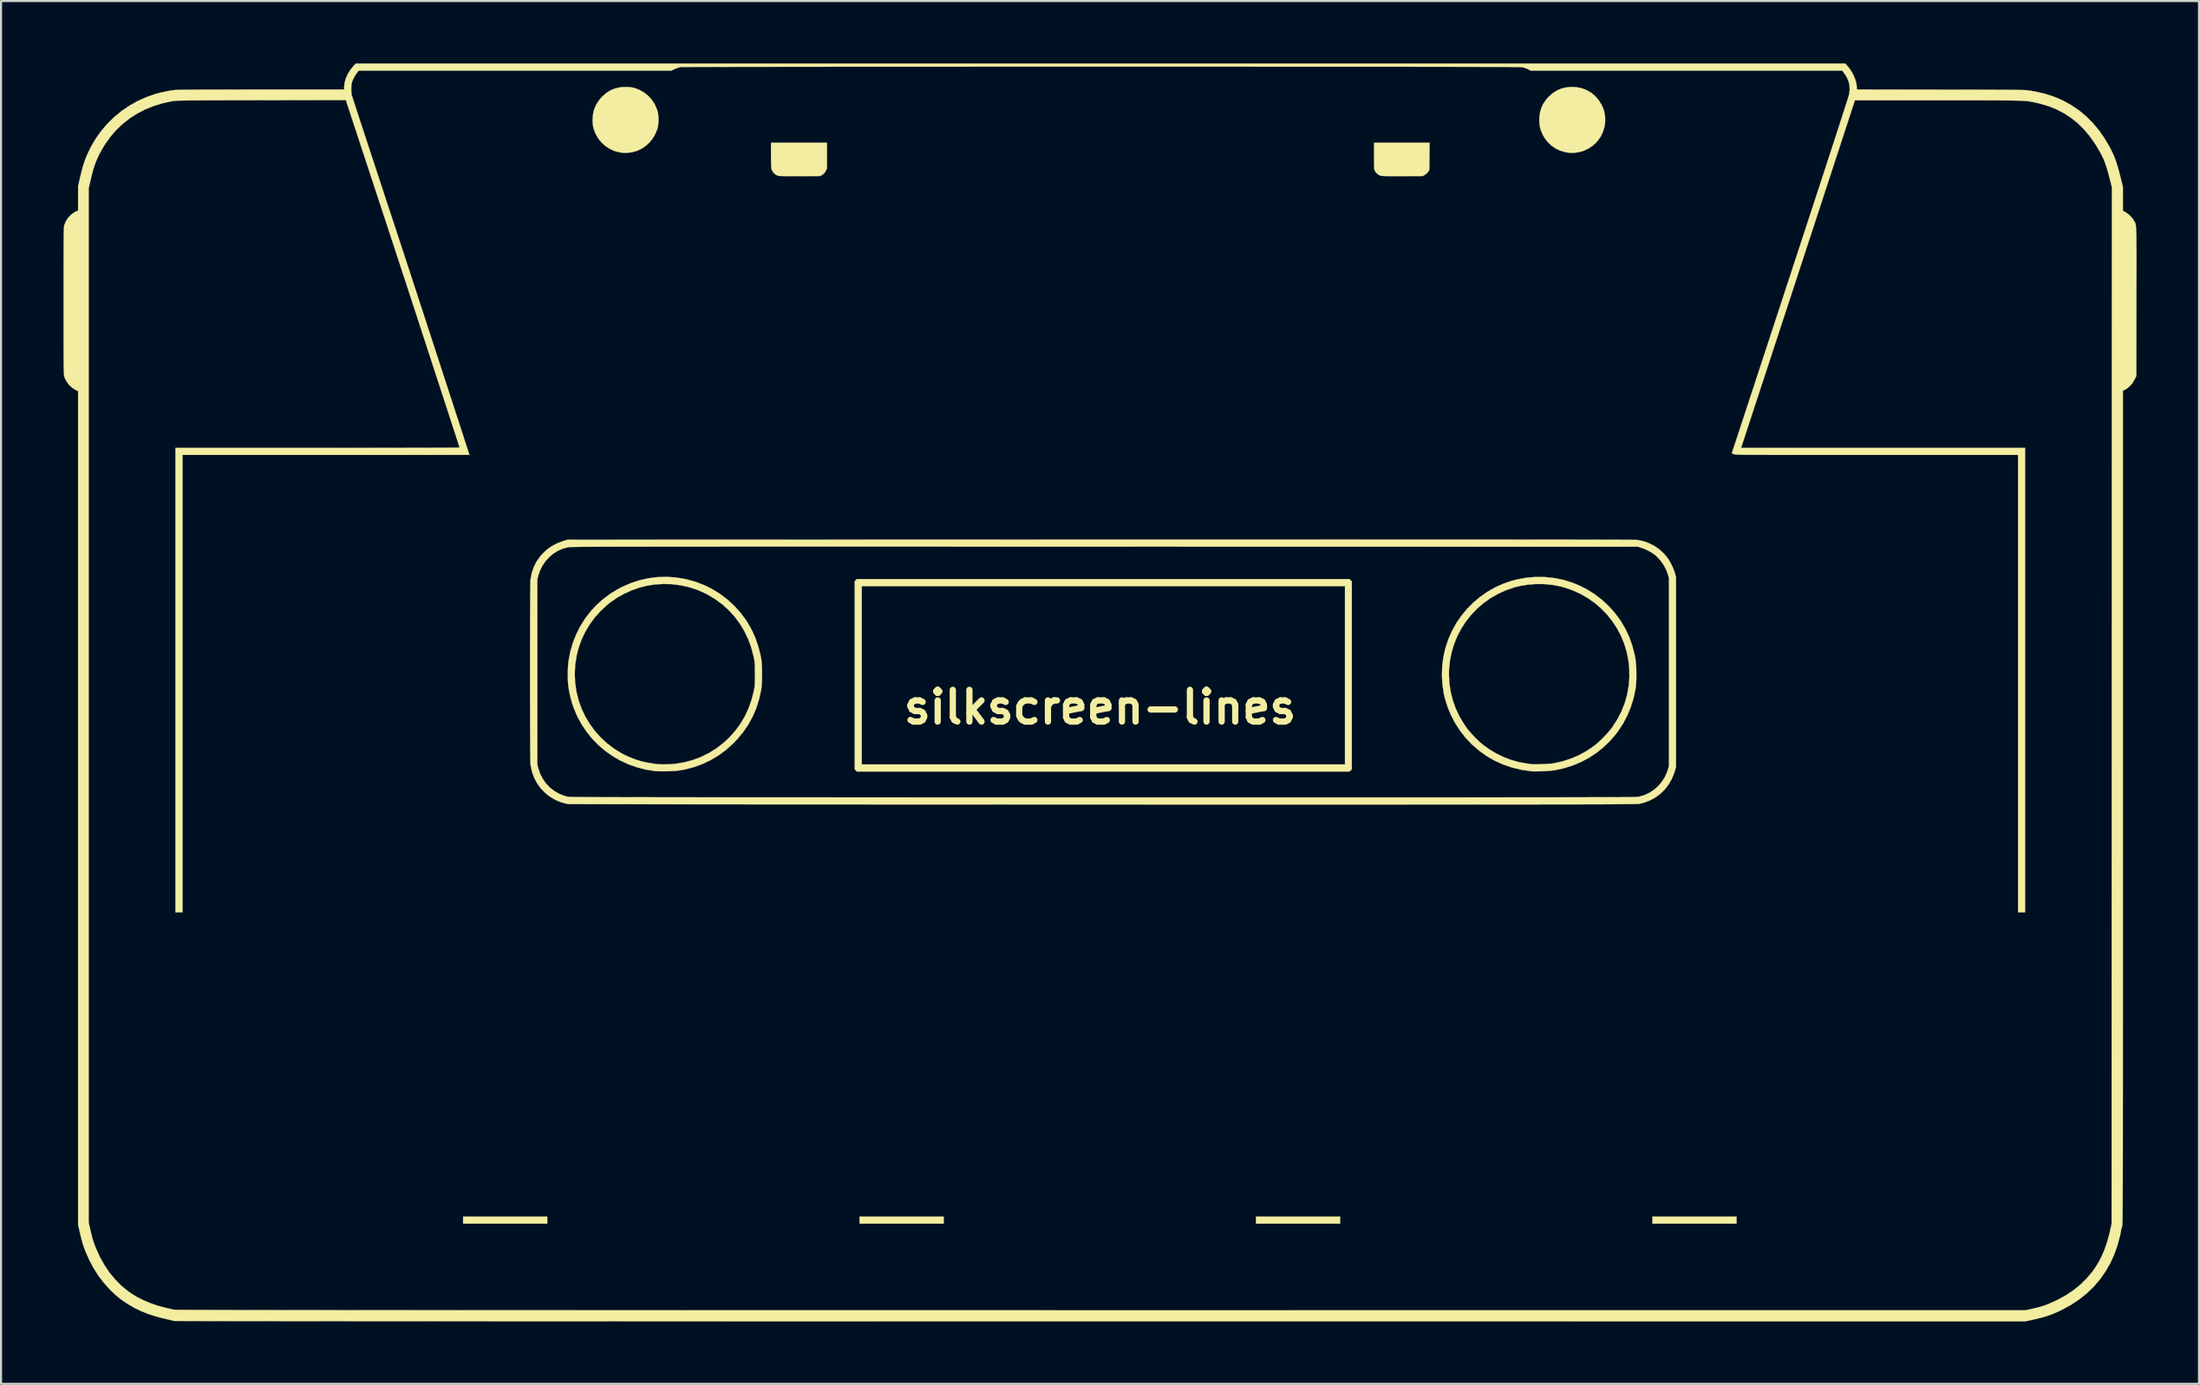
<source format=kicad_pcb>
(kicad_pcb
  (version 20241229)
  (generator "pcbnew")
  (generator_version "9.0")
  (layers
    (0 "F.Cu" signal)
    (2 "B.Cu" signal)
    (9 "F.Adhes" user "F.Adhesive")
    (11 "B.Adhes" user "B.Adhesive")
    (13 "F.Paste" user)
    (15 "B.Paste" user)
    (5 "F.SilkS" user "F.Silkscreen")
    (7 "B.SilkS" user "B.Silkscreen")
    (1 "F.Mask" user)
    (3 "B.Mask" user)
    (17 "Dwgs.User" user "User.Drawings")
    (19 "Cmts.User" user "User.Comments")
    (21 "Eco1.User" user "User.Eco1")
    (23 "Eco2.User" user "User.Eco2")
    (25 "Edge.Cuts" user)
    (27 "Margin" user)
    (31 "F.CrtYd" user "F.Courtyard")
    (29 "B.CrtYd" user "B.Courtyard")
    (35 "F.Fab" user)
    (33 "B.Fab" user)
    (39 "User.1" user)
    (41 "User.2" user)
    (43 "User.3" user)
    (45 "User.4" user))
  (footprint "silkscreen-lines"
    (layer "F.Cu")
    (at 49.81 30.951)
    (property "Reference" "silkscreen-lines" (at 0 0 0) (layer "F.SilkS") (effects (font (size 1.524 1.524) (thickness 0.3))))
    (attr through_hole)
    (fp_poly (pts (xy -26.564 24.828) (xy -30.607 24.828) (xy -30.607 24.49) (xy -26.564 24.49) (xy -26.564 24.828)) (stroke (width 0.01) (type solid)) (fill yes) (layer "F.SilkS"))
    (fp_poly (pts (xy -7.514 24.828) (xy -11.557 24.828) (xy -11.557 24.49) (xy -7.514 24.49) (xy -7.514 24.828)) (stroke (width 0.01) (type solid)) (fill yes) (layer "F.SilkS"))
    (fp_poly (pts (xy 11.536 24.828) (xy 7.493 24.828) (xy 7.493 24.49) (xy 11.536 24.49) (xy 11.536 24.828)) (stroke (width 0.01) (type solid)) (fill yes) (layer "F.SilkS"))
    (fp_poly (pts (xy 30.586 24.828) (xy 26.543 24.828) (xy 26.543 24.49) (xy 30.586 24.49) (xy 30.586 24.828)) (stroke (width 0.01) (type solid)) (fill yes) (layer "F.SilkS"))
    (fp_poly (pts (xy 12.037 -6.108) (xy 12.097 -6.057) (xy 12.097 2.988) (xy 12.037 3.039) (xy 11.978 3.09) (xy -11.686 3.09) (xy -11.738 3.038) (xy -11.79 2.986) (xy -11.79 -5.821) (xy -11.451 -5.821) (xy -11.451 2.752) (xy 11.769 2.752) (xy 11.769 -5.821) (xy -11.451 -5.821) (xy -11.79 -5.821) (xy -11.79 -6.056) (xy -11.686 -6.16) (xy 11.978 -6.16) (xy 12.037 -6.108)) (stroke (width 0.01) (type solid)) (fill yes) (layer "F.SilkS"))
    (fp_poly (pts (xy -13.123 -25.894) (xy -13.182 -25.78) (xy -13.237 -25.691) (xy -13.305 -25.627) (xy -13.344 -25.601) (xy -13.448 -25.538) (xy -14.423 -25.533) (xy -14.661 -25.532) (xy -14.86 -25.532) (xy -15.024 -25.533) (xy -15.157 -25.534) (xy -15.263 -25.537) (xy -15.345 -25.54) (xy -15.408 -25.544) (xy -15.454 -25.55) (xy -15.488 -25.557) (xy -15.498 -25.56) (xy -15.6 -25.612) (xy -15.69 -25.696) (xy -15.758 -25.8) (xy -15.789 -25.889) (xy -15.795 -25.941) (xy -15.801 -26.029) (xy -15.806 -26.146) (xy -15.809 -26.287) (xy -15.811 -26.445) (xy -15.812 -26.565) (xy -15.812 -27.136) (xy -13.123 -27.136) (xy -13.123 -25.894)) (stroke (width 0.01) (type solid)) (fill yes) (layer "F.SilkS"))
    (fp_poly (pts (xy 15.822 -25.827) (xy 15.758 -25.735) (xy 15.699 -25.668) (xy 15.627 -25.608) (xy 15.599 -25.59) (xy 15.505 -25.538) (xy 14.531 -25.533) (xy 14.276 -25.533) (xy 14.062 -25.533) (xy 13.885 -25.534) (xy 13.742 -25.536) (xy 13.632 -25.54) (xy 13.552 -25.544) (xy 13.5 -25.55) (xy 13.477 -25.555) (xy 13.367 -25.609) (xy 13.271 -25.692) (xy 13.208 -25.781) (xy 13.196 -25.807) (xy 13.186 -25.836) (xy 13.179 -25.873) (xy 13.174 -25.922) (xy 13.17 -25.99) (xy 13.168 -26.08) (xy 13.166 -26.199) (xy 13.166 -26.351) (xy 13.166 -26.5) (xy 13.166 -27.136) (xy 15.834 -27.136) (xy 15.822 -25.827)) (stroke (width 0.01) (type solid)) (fill yes) (layer "F.SilkS"))
    (fp_poly (pts (xy 22.873 -29.812) (xy 23.121 -29.766) (xy 23.355 -29.681) (xy 23.576 -29.556) (xy 23.662 -29.495) (xy 23.823 -29.35) (xy 23.969 -29.173) (xy 24.093 -28.976) (xy 24.187 -28.768) (xy 24.225 -28.649) (xy 24.269 -28.403) (xy 24.273 -28.152) (xy 24.238 -27.903) (xy 24.165 -27.662) (xy 24.054 -27.434) (xy 24.014 -27.369) (xy 23.859 -27.17) (xy 23.677 -27) (xy 23.473 -26.862) (xy 23.251 -26.756) (xy 23.016 -26.686) (xy 22.772 -26.653) (xy 22.525 -26.658) (xy 22.364 -26.684) (xy 22.112 -26.758) (xy 21.881 -26.869) (xy 21.675 -27.013) (xy 21.495 -27.19) (xy 21.343 -27.398) (xy 21.25 -27.57) (xy 21.176 -27.752) (xy 21.13 -27.93) (xy 21.108 -28.118) (xy 21.108 -28.319) (xy 21.137 -28.572) (xy 21.2 -28.804) (xy 21.3 -29.018) (xy 21.439 -29.219) (xy 21.567 -29.36) (xy 21.76 -29.528) (xy 21.964 -29.657) (xy 22.182 -29.747) (xy 22.419 -29.801) (xy 22.608 -29.819) (xy 22.873 -29.812)) (stroke (width 0.01) (type solid)) (fill yes) (layer "F.SilkS"))
    (fp_poly (pts (xy -22.668 -29.818) (xy -22.482 -29.796) (xy -22.306 -29.749) (xy -22.13 -29.677) (xy -21.906 -29.549) (xy -21.708 -29.389) (xy -21.538 -29.2) (xy -21.399 -28.987) (xy -21.295 -28.752) (xy -21.259 -28.639) (xy -21.233 -28.503) (xy -21.22 -28.344) (xy -21.22 -28.175) (xy -21.231 -28.011) (xy -21.255 -27.867) (xy -21.269 -27.813) (xy -21.366 -27.569) (xy -21.494 -27.348) (xy -21.65 -27.153) (xy -21.832 -26.986) (xy -22.035 -26.85) (xy -22.257 -26.747) (xy -22.493 -26.68) (xy -22.741 -26.652) (xy -22.811 -26.651) (xy -22.916 -26.656) (xy -23.027 -26.667) (xy -23.114 -26.681) (xy -23.355 -26.75) (xy -23.581 -26.856) (xy -23.786 -26.995) (xy -23.967 -27.163) (xy -24.122 -27.356) (xy -24.244 -27.571) (xy -24.332 -27.804) (xy -24.354 -27.891) (xy -24.378 -28.054) (xy -24.384 -28.238) (xy -24.373 -28.426) (xy -24.347 -28.603) (xy -24.312 -28.734) (xy -24.213 -28.966) (xy -24.081 -29.176) (xy -23.92 -29.36) (xy -23.727 -29.529) (xy -23.523 -29.658) (xy -23.304 -29.748) (xy -23.068 -29.802) (xy -22.878 -29.819) (xy -22.668 -29.818)) (stroke (width 0.01) (type solid)) (fill yes) (layer "F.SilkS"))
    (fp_poly (pts (xy 21.37 -6.259) (xy 21.8 -6.214) (xy 22.223 -6.131) (xy 22.635 -6.009) (xy 23.034 -5.85) (xy 23.418 -5.654) (xy 23.784 -5.421) (xy 24.13 -5.153) (xy 24.454 -4.851) (xy 24.47 -4.834) (xy 24.766 -4.498) (xy 25.025 -4.14) (xy 25.247 -3.761) (xy 25.433 -3.362) (xy 25.581 -2.942) (xy 25.693 -2.503) (xy 25.72 -2.36) (xy 25.742 -2.201) (xy 25.758 -2.013) (xy 25.768 -1.804) (xy 25.772 -1.587) (xy 25.77 -1.373) (xy 25.761 -1.171) (xy 25.746 -0.993) (xy 25.733 -0.892) (xy 25.64 -0.45) (xy 25.509 -0.023) (xy 25.342 0.386) (xy 25.139 0.775) (xy 24.902 1.141) (xy 24.81 1.264) (xy 24.521 1.604) (xy 24.204 1.912) (xy 23.862 2.188) (xy 23.497 2.429) (xy 23.11 2.635) (xy 22.703 2.805) (xy 22.277 2.937) (xy 21.855 3.029) (xy 21.747 3.043) (xy 21.609 3.056) (xy 21.453 3.068) (xy 21.287 3.076) (xy 21.121 3.082) (xy 20.966 3.085) (xy 20.831 3.084) (xy 20.727 3.079) (xy 20.712 3.077) (xy 20.25 3.009) (xy 19.809 2.904) (xy 19.387 2.761) (xy 18.984 2.582) (xy 18.602 2.364) (xy 18.241 2.11) (xy 17.9 1.819) (xy 17.846 1.768) (xy 17.559 1.463) (xy 17.299 1.129) (xy 17.068 0.772) (xy 16.869 0.395) (xy 16.705 0.005) (xy 16.579 -0.394) (xy 16.522 -0.638) (xy 16.454 -1.081) (xy 16.427 -1.525) (xy 16.429 -1.583) (xy 16.764 -1.583) (xy 16.785 -1.155) (xy 16.848 -0.736) (xy 16.951 -0.327) (xy 17.094 0.071) (xy 17.277 0.456) (xy 17.499 0.826) (xy 17.648 1.037) (xy 17.735 1.145) (xy 17.845 1.27) (xy 17.97 1.403) (xy 18.101 1.536) (xy 18.228 1.657) (xy 18.342 1.759) (xy 18.373 1.784) (xy 18.688 2.015) (xy 19.028 2.219) (xy 19.384 2.393) (xy 19.751 2.534) (xy 20.122 2.639) (xy 20.491 2.706) (xy 20.5 2.707) (xy 20.592 2.719) (xy 20.673 2.729) (xy 20.73 2.738) (xy 20.743 2.74) (xy 20.801 2.745) (xy 20.893 2.746) (xy 21.009 2.746) (xy 21.143 2.742) (xy 21.284 2.737) (xy 21.425 2.73) (xy 21.557 2.722) (xy 21.671 2.713) (xy 21.759 2.703) (xy 21.78 2.699) (xy 22.209 2.606) (xy 22.621 2.474) (xy 23.015 2.305) (xy 23.389 2.099) (xy 23.741 1.857) (xy 23.835 1.783) (xy 23.952 1.682) (xy 24.082 1.558) (xy 24.219 1.42) (xy 24.353 1.277) (xy 24.475 1.137) (xy 24.577 1.011) (xy 24.617 0.957) (xy 24.855 0.587) (xy 25.051 0.208) (xy 25.207 -0.181) (xy 25.323 -0.582) (xy 25.399 -0.996) (xy 25.436 -1.425) (xy 25.436 -1.429) (xy 25.432 -1.852) (xy 25.387 -2.267) (xy 25.304 -2.67) (xy 25.185 -3.06) (xy 25.03 -3.435) (xy 24.841 -3.792) (xy 24.621 -4.129) (xy 24.37 -4.445) (xy 24.09 -4.736) (xy 23.784 -5.001) (xy 23.452 -5.237) (xy 23.096 -5.443) (xy 22.718 -5.617) (xy 22.319 -5.755) (xy 22.113 -5.81) (xy 21.739 -5.882) (xy 21.349 -5.919) (xy 20.952 -5.922) (xy 20.557 -5.892) (xy 20.172 -5.828) (xy 19.907 -5.762) (xy 19.505 -5.624) (xy 19.123 -5.451) (xy 18.764 -5.244) (xy 18.429 -5.006) (xy 18.12 -4.74) (xy 17.838 -4.447) (xy 17.585 -4.129) (xy 17.363 -3.789) (xy 17.173 -3.429) (xy 17.018 -3.051) (xy 16.897 -2.657) (xy 16.815 -2.25) (xy 16.771 -1.831) (xy 16.764 -1.583) (xy 16.429 -1.583) (xy 16.441 -1.967) (xy 16.496 -2.404) (xy 16.592 -2.833) (xy 16.596 -2.846) (xy 16.732 -3.259) (xy 16.905 -3.654) (xy 17.113 -4.03) (xy 17.353 -4.384) (xy 17.624 -4.714) (xy 17.923 -5.017) (xy 18.248 -5.293) (xy 18.597 -5.539) (xy 18.968 -5.752) (xy 19.357 -5.931) (xy 19.764 -6.073) (xy 20.058 -6.149) (xy 20.496 -6.227) (xy 20.935 -6.263) (xy 21.37 -6.259)) (stroke (width 0.01) (type solid)) (fill yes) (layer "F.SilkS"))
    (fp_poly (pts (xy -20.395 -6.239) (xy -19.959 -6.169) (xy -19.525 -6.056) (xy -19.443 -6.03) (xy -19.033 -5.874) (xy -18.64 -5.68) (xy -18.268 -5.451) (xy -17.919 -5.187) (xy -17.595 -4.893) (xy -17.298 -4.568) (xy -17.032 -4.216) (xy -16.918 -4.041) (xy -16.722 -3.688) (xy -16.554 -3.306) (xy -16.415 -2.899) (xy -16.308 -2.471) (xy -16.284 -2.349) (xy -16.268 -2.235) (xy -16.256 -2.087) (xy -16.248 -1.915) (xy -16.244 -1.727) (xy -16.243 -1.532) (xy -16.246 -1.34) (xy -16.253 -1.159) (xy -16.264 -0.998) (xy -16.279 -0.866) (xy -16.285 -0.826) (xy -16.385 -0.379) (xy -16.52 0.045) (xy -16.692 0.448) (xy -16.9 0.83) (xy -17.146 1.191) (xy -17.429 1.534) (xy -17.646 1.758) (xy -17.982 2.058) (xy -18.339 2.321) (xy -18.715 2.546) (xy -19.11 2.733) (xy -19.524 2.883) (xy -19.954 2.994) (xy -20.193 3.037) (xy -20.313 3.052) (xy -20.464 3.064) (xy -20.634 3.073) (xy -20.813 3.079) (xy -20.992 3.081) (xy -21.158 3.08) (xy -21.302 3.075) (xy -21.398 3.067) (xy -21.834 2.998) (xy -22.257 2.889) (xy -22.665 2.744) (xy -23.055 2.563) (xy -23.425 2.349) (xy -23.774 2.103) (xy -24.098 1.826) (xy -24.397 1.522) (xy -24.667 1.19) (xy -24.906 0.834) (xy -25.113 0.455) (xy -25.285 0.055) (xy -25.345 -0.115) (xy -25.413 -0.342) (xy -25.474 -0.591) (xy -25.524 -0.843) (xy -25.551 -1.016) (xy -25.565 -1.162) (xy -25.574 -1.339) (xy -25.577 -1.533) (xy -25.576 -1.63) (xy -25.242 -1.63) (xy -25.225 -1.206) (xy -25.166 -0.779) (xy -25.155 -0.72) (xy -25.053 -0.316) (xy -24.912 0.075) (xy -24.734 0.449) (xy -24.522 0.805) (xy -24.277 1.139) (xy -24.001 1.448) (xy -23.697 1.731) (xy -23.366 1.984) (xy -23.012 2.205) (xy -22.848 2.291) (xy -22.58 2.415) (xy -22.313 2.517) (xy -22.039 2.6) (xy -21.747 2.666) (xy -21.427 2.718) (xy -21.262 2.738) (xy -21.168 2.745) (xy -21.044 2.748) (xy -20.901 2.747) (xy -20.75 2.744) (xy -20.604 2.737) (xy -20.474 2.728) (xy -20.405 2.721) (xy -19.975 2.648) (xy -19.562 2.537) (xy -19.166 2.387) (xy -18.788 2.2) (xy -18.43 1.975) (xy -18.093 1.713) (xy -17.822 1.462) (xy -17.536 1.143) (xy -17.285 0.802) (xy -17.069 0.437) (xy -16.888 0.049) (xy -16.744 -0.361) (xy -16.644 -0.751) (xy -16.626 -0.837) (xy -16.612 -0.911) (xy -16.602 -0.982) (xy -16.595 -1.055) (xy -16.59 -1.138) (xy -16.587 -1.24) (xy -16.586 -1.367) (xy -16.585 -1.526) (xy -16.585 -1.587) (xy -16.586 -1.759) (xy -16.587 -1.896) (xy -16.589 -2.005) (xy -16.593 -2.094) (xy -16.599 -2.17) (xy -16.609 -2.24) (xy -16.621 -2.312) (xy -16.638 -2.394) (xy -16.644 -2.424) (xy -16.756 -2.853) (xy -16.903 -3.261) (xy -17.086 -3.647) (xy -17.303 -4.009) (xy -17.552 -4.346) (xy -17.833 -4.656) (xy -18.145 -4.939) (xy -18.487 -5.192) (xy -18.857 -5.415) (xy -18.982 -5.479) (xy -19.358 -5.645) (xy -19.751 -5.772) (xy -20.157 -5.862) (xy -20.571 -5.914) (xy -20.989 -5.926) (xy -21.407 -5.899) (xy -21.777 -5.841) (xy -22.145 -5.748) (xy -22.514 -5.616) (xy -22.874 -5.452) (xy -23.218 -5.258) (xy -23.537 -5.038) (xy -23.675 -4.928) (xy -23.992 -4.636) (xy -24.275 -4.32) (xy -24.524 -3.982) (xy -24.737 -3.624) (xy -24.914 -3.25) (xy -25.054 -2.861) (xy -25.156 -2.46) (xy -25.219 -2.048) (xy -25.242 -1.63) (xy -25.576 -1.63) (xy -25.575 -1.733) (xy -25.567 -1.928) (xy -25.555 -2.105) (xy -25.54 -2.232) (xy -25.455 -2.673) (xy -25.332 -3.098) (xy -25.172 -3.505) (xy -24.977 -3.893) (xy -24.747 -4.259) (xy -24.484 -4.601) (xy -24.191 -4.919) (xy -23.867 -5.208) (xy -23.514 -5.469) (xy -23.134 -5.698) (xy -22.955 -5.79) (xy -22.544 -5.968) (xy -22.125 -6.105) (xy -21.698 -6.201) (xy -21.267 -6.255) (xy -20.832 -6.268) (xy -20.395 -6.239)) (stroke (width 0.01) (type solid)) (fill yes) (layer "F.SilkS"))
    (fp_poly (pts (xy 12.608 -8.062) (xy 13.518 -8.061) (xy 14.391 -8.061) (xy 15.228 -8.061) (xy 16.029 -8.061) (xy 16.795 -8.061) (xy 17.525 -8.061) (xy 18.222 -8.06) (xy 18.884 -8.06) (xy 19.514 -8.06) (xy 20.11 -8.059) (xy 20.673 -8.059) (xy 21.205 -8.058) (xy 21.705 -8.058) (xy 22.174 -8.057) (xy 22.612 -8.057) (xy 23.02 -8.056) (xy 23.398 -8.056) (xy 23.747 -8.055) (xy 24.067 -8.054) (xy 24.359 -8.053) (xy 24.623 -8.052) (xy 24.86 -8.052) (xy 25.07 -8.051) (xy 25.253 -8.05) (xy 25.41 -8.049) (xy 25.542 -8.048) (xy 25.649 -8.047) (xy 25.731 -8.045) (xy 25.789 -8.044) (xy 25.824 -8.043) (xy 25.833 -8.042) (xy 26.116 -7.981) (xy 26.389 -7.881) (xy 26.649 -7.745) (xy 26.889 -7.575) (xy 27.104 -7.375) (xy 27.205 -7.259) (xy 27.322 -7.097) (xy 27.433 -6.908) (xy 27.529 -6.707) (xy 27.604 -6.51) (xy 27.627 -6.435) (xy 27.675 -6.255) (xy 27.675 2.868) (xy 27.627 3.048) (xy 27.596 3.143) (xy 27.553 3.26) (xy 27.502 3.38) (xy 27.465 3.461) (xy 27.313 3.724) (xy 27.131 3.96) (xy 26.92 4.166) (xy 26.683 4.34) (xy 26.422 4.482) (xy 26.14 4.588) (xy 25.903 4.646) (xy 25.891 4.647) (xy 25.873 4.649) (xy 25.848 4.65) (xy 25.815 4.652) (xy 25.774 4.653) (xy 25.724 4.655) (xy 25.663 4.656) (xy 25.592 4.657) (xy 25.51 4.658) (xy 25.416 4.659) (xy 25.309 4.66) (xy 25.189 4.661) (xy 25.054 4.662) (xy 24.906 4.663) (xy 24.741 4.664) (xy 24.561 4.665) (xy 24.364 4.666) (xy 24.149 4.667) (xy 23.916 4.668) (xy 23.665 4.668) (xy 23.394 4.669) (xy 23.102 4.67) (xy 22.79 4.67) (xy 22.456 4.671) (xy 22.1 4.671) (xy 21.721 4.672) (xy 21.318 4.672) (xy 20.891 4.673) (xy 20.439 4.673) (xy 19.961 4.673) (xy 19.457 4.674) (xy 18.926 4.674) (xy 18.367 4.674) (xy 17.779 4.675) (xy 17.162 4.675) (xy 16.516 4.675) (xy 15.838 4.675) (xy 15.13 4.675) (xy 14.39 4.676) (xy 13.617 4.676) (xy 12.81 4.676) (xy 11.97 4.676) (xy 11.095 4.676) (xy 10.185 4.676) (xy 9.239 4.676) (xy 8.255 4.676) (xy 7.235 4.676) (xy 6.176 4.676) (xy 5.079 4.676) (xy 3.942 4.676) (xy 2.765 4.676) (xy 1.547 4.675) (xy 0.287 4.675) (xy 0.141 4.675) (xy -1.034 4.675) (xy -2.188 4.675) (xy -3.323 4.675) (xy -4.436 4.675) (xy -5.528 4.674) (xy -6.598 4.674) (xy -7.646 4.674) (xy -8.67 4.674) (xy -9.67 4.673) (xy -10.646 4.673) (xy -11.596 4.672) (xy -12.521 4.672) (xy -13.42 4.672) (xy -14.292 4.671) (xy -15.136 4.671) (xy -15.952 4.67) (xy -16.74 4.67) (xy -17.498 4.669) (xy -18.226 4.668) (xy -18.923 4.668) (xy -19.59 4.667) (xy -20.224 4.667) (xy -20.827 4.666) (xy -21.396 4.665) (xy -21.932 4.664) (xy -22.433 4.664) (xy -22.9 4.663) (xy -23.331 4.662) (xy -23.726 4.662) (xy -24.085 4.661) (xy -24.407 4.66) (xy -24.69 4.659) (xy -24.935 4.658) (xy -25.141 4.658) (xy -25.308 4.657) (xy -25.434 4.656) (xy -25.52 4.655) (xy -25.563 4.654) (xy -25.569 4.654) (xy -25.744 4.615) (xy -25.931 4.556) (xy -26.111 4.484) (xy -26.193 4.445) (xy -26.452 4.288) (xy -26.684 4.101) (xy -26.887 3.886) (xy -27.058 3.645) (xy -27.195 3.383) (xy -27.297 3.102) (xy -27.361 2.804) (xy -27.368 2.752) (xy -27.37 2.71) (xy -27.373 2.627) (xy -27.375 2.507) (xy -27.377 2.353) (xy -27.379 2.166) (xy -27.381 1.949) (xy -27.383 1.704) (xy -27.384 1.435) (xy -27.385 1.144) (xy -27.387 0.832) (xy -27.388 0.503) (xy -27.388 0.159) (xy -27.389 -0.197) (xy -27.39 -0.563) (xy -27.39 -0.937) (xy -27.39 -1.315) (xy -27.39 -1.697) (xy -27.39 -2.078) (xy -27.39 -2.456) (xy -27.39 -2.83) (xy -27.389 -3.196) (xy -27.388 -3.552) (xy -27.388 -3.896) (xy -27.387 -4.224) (xy -27.385 -4.535) (xy -27.384 -4.827) (xy -27.383 -5.095) (xy -27.381 -5.339) (xy -27.379 -5.556) (xy -27.377 -5.742) (xy -27.375 -5.896) (xy -27.373 -6.016) (xy -27.37 -6.097) (xy -27.368 -6.139) (xy -27.366 -6.149) (xy -27.04 -6.149) (xy -27.04 2.762) (xy -26.993 2.942) (xy -26.901 3.209) (xy -26.774 3.454) (xy -26.616 3.675) (xy -26.429 3.87) (xy -26.216 4.035) (xy -25.98 4.169) (xy -25.724 4.267) (xy -25.577 4.305) (xy -25.567 4.306) (xy -25.549 4.308) (xy -25.523 4.309) (xy -25.488 4.31) (xy -25.444 4.312) (xy -25.39 4.313) (xy -25.325 4.314) (xy -25.249 4.316) (xy -25.161 4.317) (xy -25.06 4.318) (xy -24.946 4.319) (xy -24.817 4.32) (xy -24.674 4.321) (xy -24.515 4.322) (xy -24.34 4.323) (xy -24.149 4.324) (xy -23.939 4.325) (xy -23.712 4.325) (xy -23.466 4.326) (xy -23.2 4.327) (xy -22.913 4.328) (xy -22.606 4.328) (xy -22.278 4.329) (xy -21.926 4.329) (xy -21.552 4.33) (xy -21.155 4.331) (xy -20.733 4.331) (xy -20.285 4.332) (xy -19.812 4.332) (xy -19.313 4.333) (xy -18.787 4.333) (xy -18.233 4.333) (xy -17.65 4.334) (xy -17.038 4.334) (xy -16.397 4.334) (xy -15.725 4.335) (xy -15.021 4.335) (xy -14.286 4.335) (xy -13.519 4.335) (xy -12.718 4.336) (xy -11.883 4.336) (xy -11.013 4.336) (xy -10.109 4.336) (xy -9.168 4.336) (xy -8.191 4.337) (xy -7.176 4.337) (xy -6.123 4.337) (xy -5.032 4.337) (xy -3.901 4.337) (xy -2.73 4.337) (xy -1.518 4.337) (xy -0.265 4.337) (xy 0.144 4.337) (xy 1.404 4.338) (xy 2.622 4.338) (xy 3.8 4.338) (xy 4.937 4.338) (xy 6.035 4.338) (xy 7.094 4.338) (xy 8.115 4.338) (xy 9.098 4.338) (xy 10.045 4.338) (xy 10.955 4.338) (xy 11.83 4.338) (xy 12.671 4.338) (xy 13.477 4.337) (xy 14.25 4.337) (xy 14.991 4.337) (xy 15.7 4.337) (xy 16.377 4.337) (xy 17.024 4.337) (xy 17.641 4.336) (xy 18.229 4.336) (xy 18.789 4.336) (xy 19.321 4.336) (xy 19.826 4.335) (xy 20.305 4.335) (xy 20.758 4.335) (xy 21.186 4.334) (xy 21.59 4.334) (xy 21.97 4.333) (xy 22.327 4.333) (xy 22.663 4.332) (xy 22.977 4.332) (xy 23.27 4.331) (xy 23.543 4.33) (xy 23.797 4.33) (xy 24.032 4.329) (xy 24.249 4.328) (xy 24.449 4.327) (xy 24.632 4.326) (xy 24.799 4.325) (xy 24.951 4.325) (xy 25.089 4.324) (xy 25.213 4.323) (xy 25.324 4.321) (xy 25.422 4.32) (xy 25.509 4.319) (xy 25.585 4.318) (xy 25.65 4.317) (xy 25.706 4.315) (xy 25.753 4.314) (xy 25.792 4.313) (xy 25.823 4.311) (xy 25.847 4.31) (xy 25.865 4.308) (xy 25.878 4.306) (xy 25.882 4.306) (xy 26.144 4.231) (xy 26.389 4.119) (xy 26.614 3.973) (xy 26.816 3.796) (xy 26.992 3.591) (xy 27.137 3.362) (xy 27.25 3.111) (xy 27.289 2.991) (xy 27.337 2.826) (xy 27.337 -6.212) (xy 27.288 -6.38) (xy 27.194 -6.632) (xy 27.063 -6.871) (xy 26.9 -7.091) (xy 26.711 -7.284) (xy 26.675 -7.314) (xy 26.546 -7.407) (xy 26.39 -7.5) (xy 26.22 -7.584) (xy 26.051 -7.652) (xy 26.003 -7.668) (xy 25.855 -7.715) (xy 0.233 -7.721) (xy -1.029 -7.721) (xy -2.249 -7.722) (xy -3.428 -7.722) (xy -4.566 -7.722) (xy -5.666 -7.722) (xy -6.726 -7.722) (xy -7.748 -7.723) (xy -8.733 -7.723) (xy -9.681 -7.723) (xy -10.593 -7.723) (xy -11.469 -7.723) (xy -12.311 -7.723) (xy -13.119 -7.723) (xy -13.893 -7.723) (xy -14.635 -7.723) (xy -15.345 -7.723) (xy -16.024 -7.723) (xy -16.672 -7.723) (xy -17.291 -7.723) (xy -17.88 -7.723) (xy -18.441 -7.722) (xy -18.974 -7.722) (xy -19.48 -7.722) (xy -19.96 -7.722) (xy -20.414 -7.721) (xy -20.844 -7.721) (xy -21.249 -7.721) (xy -21.63 -7.72) (xy -21.988 -7.72) (xy -22.325 -7.719) (xy -22.64 -7.719) (xy -22.934 -7.718) (xy -23.208 -7.717) (xy -23.462 -7.717) (xy -23.698 -7.716) (xy -23.916 -7.715) (xy -24.117 -7.715) (xy -24.301 -7.714) (xy -24.469 -7.713) (xy -24.621 -7.712) (xy -24.76 -7.711) (xy -24.884 -7.71) (xy -24.996 -7.709) (xy -25.095 -7.708) (xy -25.182 -7.707) (xy -25.258 -7.705) (xy -25.324 -7.704) (xy -25.38 -7.703) (xy -25.427 -7.702) (xy -25.466 -7.7) (xy -25.497 -7.699) (xy -25.521 -7.697) (xy -25.54 -7.696) (xy -25.552 -7.694) (xy -25.556 -7.693) (xy -25.821 -7.622) (xy -26.062 -7.516) (xy -26.284 -7.375) (xy -26.453 -7.231) (xy -26.644 -7.025) (xy -26.797 -6.804) (xy -26.915 -6.563) (xy -26.993 -6.329) (xy -27.04 -6.149) (xy -27.366 -6.149) (xy -27.31 -6.442) (xy -27.215 -6.727) (xy -27.082 -6.994) (xy -26.91 -7.242) (xy -26.792 -7.379) (xy -26.587 -7.572) (xy -26.364 -7.734) (xy -26.116 -7.867) (xy -25.838 -7.976) (xy -25.739 -8.007) (xy -25.58 -8.053) (xy 0.042 -8.06) (xy 1.387 -8.06) (xy 2.69 -8.06) (xy 3.951 -8.061) (xy 5.172 -8.061) (xy 6.352 -8.061) (xy 7.492 -8.061) (xy 8.592 -8.061) (xy 9.653 -8.061) (xy 10.676 -8.062) (xy 11.661 -8.062) (xy 12.608 -8.062)) (stroke (width 0.01) (type solid)) (fill yes) (layer "F.SilkS"))
    (fp_poly (pts (xy 35.951 -30.782) (xy 36.079 -30.611) (xy 36.187 -30.424) (xy 36.273 -30.23) (xy 36.333 -30.038) (xy 36.362 -29.857) (xy 36.364 -29.798) (xy 36.364 -29.698) (xy 40.402 -29.691) (xy 40.887 -29.691) (xy 41.333 -29.69) (xy 41.739 -29.689) (xy 42.109 -29.689) (xy 42.444 -29.688) (xy 42.747 -29.687) (xy 43.018 -29.686) (xy 43.26 -29.685) (xy 43.475 -29.684) (xy 43.665 -29.683) (xy 43.831 -29.681) (xy 43.976 -29.68) (xy 44.101 -29.678) (xy 44.208 -29.676) (xy 44.3 -29.674) (xy 44.377 -29.671) (xy 44.443 -29.668) (xy 44.498 -29.665) (xy 44.545 -29.662) (xy 44.586 -29.658) (xy 44.622 -29.654) (xy 44.655 -29.649) (xy 44.688 -29.644) (xy 44.715 -29.639) (xy 45.075 -29.572) (xy 45.403 -29.493) (xy 45.708 -29.399) (xy 45.998 -29.289) (xy 46.283 -29.159) (xy 46.29 -29.155) (xy 46.679 -28.94) (xy 47.043 -28.693) (xy 47.382 -28.412) (xy 47.696 -28.098) (xy 47.988 -27.75) (xy 48.257 -27.366) (xy 48.48 -26.991) (xy 48.572 -26.82) (xy 48.651 -26.658) (xy 48.722 -26.5) (xy 48.786 -26.336) (xy 48.846 -26.161) (xy 48.906 -25.966) (xy 48.967 -25.743) (xy 49.032 -25.491) (xy 49.149 -25.02) (xy 49.149 -23.865) (xy 49.266 -23.804) (xy 49.387 -23.725) (xy 49.507 -23.619) (xy 49.612 -23.499) (xy 49.673 -23.408) (xy 49.69 -23.379) (xy 49.705 -23.354) (xy 49.719 -23.331) (xy 49.732 -23.306) (xy 49.743 -23.28) (xy 49.753 -23.248) (xy 49.762 -23.211) (xy 49.77 -23.165) (xy 49.776 -23.108) (xy 49.782 -23.04) (xy 49.787 -22.957) (xy 49.791 -22.858) (xy 49.795 -22.741) (xy 49.798 -22.604) (xy 49.8 -22.444) (xy 49.801 -22.261) (xy 49.802 -22.052) (xy 49.803 -21.815) (xy 49.803 -21.548) (xy 49.803 -21.25) (xy 49.802 -20.918) (xy 49.802 -20.55) (xy 49.801 -20.145) (xy 49.8 -19.7) (xy 49.8 -19.492) (xy 49.795 -15.925) (xy 49.705 -15.744) (xy 49.611 -15.588) (xy 49.493 -15.448) (xy 49.36 -15.333) (xy 49.249 -15.265) (xy 49.149 -15.216) (xy 49.149 4.823) (xy 49.149 5.93) (xy 49.149 6.995) (xy 49.149 8.02) (xy 49.149 9.005) (xy 49.149 9.951) (xy 49.149 10.858) (xy 49.149 11.728) (xy 49.149 12.561) (xy 49.149 13.358) (xy 49.149 14.12) (xy 49.149 14.848) (xy 49.148 15.542) (xy 49.148 16.203) (xy 49.148 16.832) (xy 49.148 17.431) (xy 49.148 17.999) (xy 49.148 18.537) (xy 49.147 19.047) (xy 49.147 19.528) (xy 49.147 19.983) (xy 49.146 20.411) (xy 49.146 20.814) (xy 49.146 21.191) (xy 49.145 21.545) (xy 49.145 21.876) (xy 49.144 22.184) (xy 49.143 22.471) (xy 49.143 22.737) (xy 49.142 22.984) (xy 49.141 23.21) (xy 49.141 23.419) (xy 49.14 23.61) (xy 49.139 23.784) (xy 49.138 23.943) (xy 49.137 24.086) (xy 49.136 24.215) (xy 49.135 24.33) (xy 49.133 24.432) (xy 49.132 24.523) (xy 49.131 24.602) (xy 49.13 24.671) (xy 49.128 24.731) (xy 49.127 24.781) (xy 49.125 24.824) (xy 49.123 24.859) (xy 49.122 24.889) (xy 49.12 24.912) (xy 49.118 24.931) (xy 49.116 24.946) (xy 49.114 24.957) (xy 49.112 24.967) (xy 49.109 24.974) (xy 49.107 24.981) (xy 49.107 24.982) (xy 49.084 25.053) (xy 49.068 25.111) (xy 49.064 25.138) (xy 49.06 25.171) (xy 49.048 25.237) (xy 49.03 25.324) (xy 49.01 25.419) (xy 48.885 25.886) (xy 48.726 26.33) (xy 48.532 26.749) (xy 48.305 27.144) (xy 48.043 27.513) (xy 47.749 27.856) (xy 47.423 28.172) (xy 47.064 28.461) (xy 46.675 28.721) (xy 46.295 28.932) (xy 46.068 29.044) (xy 45.859 29.137) (xy 45.657 29.217) (xy 45.45 29.286) (xy 45.229 29.35) (xy 44.982 29.411) (xy 44.849 29.441) (xy 44.455 29.527) (xy -0.003 29.526) (xy -1.891 29.526) (xy -3.736 29.526) (xy -5.54 29.526) (xy -7.301 29.526) (xy -9.021 29.526) (xy -10.698 29.526) (xy -12.334 29.525) (xy -13.928 29.525) (xy -15.48 29.525) (xy -16.991 29.525) (xy -18.46 29.524) (xy -19.888 29.524) (xy -21.275 29.524) (xy -22.621 29.524) (xy -23.925 29.523) (xy -25.189 29.523) (xy -26.411 29.523) (xy -27.593 29.522) (xy -28.734 29.522) (xy -29.834 29.521) (xy -30.894 29.521) (xy -31.914 29.521) (xy -32.893 29.52) (xy -33.831 29.52) (xy -34.73 29.519) (xy -35.588 29.519) (xy -36.407 29.518) (xy -37.185 29.518) (xy -37.924 29.517) (xy -38.623 29.516) (xy -39.282 29.516) (xy -39.902 29.515) (xy -40.482 29.515) (xy -41.023 29.514) (xy -41.524 29.513) (xy -41.987 29.513) (xy -42.41 29.512) (xy -42.794 29.511) (xy -43.139 29.51) (xy -43.446 29.51) (xy -43.713 29.509) (xy -43.942 29.508) (xy -44.132 29.507) (xy -44.284 29.506) (xy -44.398 29.505) (xy -44.473 29.505) (xy -44.509 29.504) (xy -44.514 29.503) (xy -44.553 29.491) (xy -44.625 29.472) (xy -44.72 29.45) (xy -44.827 29.425) (xy -44.852 29.42) (xy -45.289 29.313) (xy -45.692 29.187) (xy -46.066 29.04) (xy -46.416 28.87) (xy -46.748 28.675) (xy -46.823 28.627) (xy -47.007 28.498) (xy -47.174 28.37) (xy -47.335 28.231) (xy -47.501 28.074) (xy -47.615 27.958) (xy -47.897 27.643) (xy -48.151 27.304) (xy -48.38 26.939) (xy -48.585 26.543) (xy -48.742 26.183) (xy -48.793 26.054) (xy -48.836 25.938) (xy -48.874 25.826) (xy -48.908 25.709) (xy -48.944 25.578) (xy -48.982 25.423) (xy -49.022 25.25) (xy -49.107 24.885) (xy -49.107 -15.196) (xy -49.227 -15.255) (xy -49.39 -15.357) (xy -49.535 -15.492) (xy -49.656 -15.651) (xy -49.746 -15.827) (xy -49.762 -15.871) (xy -49.767 -15.888) (xy -49.772 -15.906) (xy -49.777 -15.927) (xy -49.781 -15.952) (xy -49.785 -15.983) (xy -49.788 -16.023) (xy -49.791 -16.074) (xy -49.794 -16.137) (xy -49.796 -16.215) (xy -49.798 -16.309) (xy -49.799 -16.421) (xy -49.801 -16.554) (xy -49.802 -16.708) (xy -49.803 -16.888) (xy -49.804 -17.093) (xy -49.804 -17.326) (xy -49.805 -17.59) (xy -49.805 -17.886) (xy -49.805 -18.216) (xy -49.805 -18.581) (xy -49.805 -18.985) (xy -49.805 -19.429) (xy -49.805 -19.532) (xy -49.805 -19.989) (xy -49.805 -20.406) (xy -49.805 -20.784) (xy -49.805 -21.125) (xy -49.804 -21.432) (xy -49.804 -21.706) (xy -49.803 -21.949) (xy -49.802 -22.163) (xy -49.801 -22.35) (xy -49.8 -22.513) (xy -49.798 -22.652) (xy -49.796 -22.77) (xy -49.794 -22.868) (xy -49.792 -22.95) (xy -49.789 -23.016) (xy -49.786 -23.068) (xy -49.783 -23.109) (xy -49.779 -23.14) (xy -49.775 -23.163) (xy -49.771 -23.179) (xy -49.699 -23.357) (xy -49.592 -23.522) (xy -49.459 -23.666) (xy -49.305 -23.781) (xy -49.242 -23.815) (xy -49.107 -23.882) (xy -49.107 -24.95) (xy -48.599 -24.95) (xy -48.599 24.78) (xy -48.514 25.148) (xy -48.472 25.324) (xy -48.436 25.469) (xy -48.401 25.594) (xy -48.364 25.709) (xy -48.323 25.826) (xy -48.273 25.954) (xy -48.245 26.024) (xy -48.057 26.438) (xy -47.84 26.826) (xy -47.596 27.185) (xy -47.325 27.514) (xy -47.03 27.811) (xy -46.712 28.074) (xy -46.535 28.198) (xy -46.259 28.364) (xy -45.951 28.518) (xy -45.623 28.656) (xy -45.285 28.773) (xy -44.948 28.865) (xy -44.873 28.882) (xy -44.761 28.907) (xy -44.654 28.931) (xy -44.563 28.952) (xy -44.503 28.966) (xy -44.492 28.967) (xy -44.468 28.968) (xy -44.429 28.969) (xy -44.375 28.97) (xy -44.307 28.971) (xy -44.223 28.972) (xy -44.123 28.973) (xy -44.006 28.974) (xy -43.872 28.975) (xy -43.721 28.975) (xy -43.552 28.976) (xy -43.365 28.977) (xy -43.158 28.978) (xy -42.933 28.978) (xy -42.687 28.979) (xy -42.421 28.98) (xy -42.135 28.981) (xy -41.827 28.981) (xy -41.498 28.982) (xy -41.146 28.982) (xy -40.772 28.983) (xy -40.375 28.984) (xy -39.954 28.984) (xy -39.509 28.985) (xy -39.04 28.985) (xy -38.546 28.986) (xy -38.026 28.986) (xy -37.48 28.987) (xy -36.909 28.987) (xy -36.31 28.988) (xy -35.684 28.988) (xy -35.03 28.989) (xy -34.348 28.989) (xy -33.637 28.989) (xy -32.897 28.99) (xy -32.128 28.99) (xy -31.328 28.99) (xy -30.498 28.991) (xy -29.637 28.991) (xy -28.744 28.991) (xy -27.819 28.992) (xy -26.862 28.992) (xy -25.872 28.992) (xy -24.848 28.993) (xy -23.791 28.993) (xy -22.699 28.993) (xy -21.573 28.993) (xy -20.411 28.993) (xy -19.214 28.994) (xy -17.98 28.994) (xy -16.71 28.994) (xy -15.403 28.994) (xy -14.058 28.994) (xy -12.675 28.995) (xy -11.253 28.995) (xy -9.793 28.995) (xy -8.292 28.995) (xy -6.753 28.995) (xy -5.172 28.995) (xy -3.551 28.995) (xy -1.888 28.996) (xy -0.184 28.996) (xy 0.025 28.996) (xy 44.447 28.998) (xy 44.697 28.945) (xy 44.934 28.891) (xy 45.137 28.839) (xy 45.317 28.785) (xy 45.483 28.727) (xy 45.575 28.691) (xy 46.009 28.494) (xy 46.409 28.274) (xy 46.776 28.03) (xy 47.108 27.76) (xy 47.408 27.465) (xy 47.677 27.144) (xy 47.822 26.94) (xy 47.992 26.664) (xy 48.141 26.373) (xy 48.273 26.06) (xy 48.389 25.72) (xy 48.492 25.347) (xy 48.542 25.135) (xy 48.608 24.839) (xy 48.62 -25.004) (xy 48.493 -25.5) (xy 48.432 -25.734) (xy 48.373 -25.935) (xy 48.315 -26.112) (xy 48.253 -26.273) (xy 48.186 -26.427) (xy 48.109 -26.582) (xy 48.056 -26.681) (xy 47.815 -27.086) (xy 47.556 -27.454) (xy 47.278 -27.784) (xy 46.979 -28.078) (xy 46.659 -28.336) (xy 46.318 -28.559) (xy 45.954 -28.747) (xy 45.566 -28.901) (xy 45.154 -29.022) (xy 45.043 -29.048) (xy 44.975 -29.064) (xy 44.913 -29.078) (xy 44.854 -29.09) (xy 44.797 -29.102) (xy 44.74 -29.113) (xy 44.681 -29.122) (xy 44.617 -29.131) (xy 44.547 -29.139) (xy 44.47 -29.145) (xy 44.382 -29.151) (xy 44.282 -29.156) (xy 44.168 -29.161) (xy 44.039 -29.165) (xy 43.891 -29.168) (xy 43.724 -29.171) (xy 43.535 -29.173) (xy 43.322 -29.174) (xy 43.084 -29.176) (xy 42.818 -29.177) (xy 42.522 -29.177) (xy 42.195 -29.178) (xy 41.835 -29.178) (xy 41.439 -29.178) (xy 41.005 -29.178) (xy 40.533 -29.178) (xy 40.261 -29.178) (xy 36.273 -29.178) (xy 36.203 -28.967) (xy 36.19 -28.925) (xy 36.164 -28.846) (xy 36.126 -28.73) (xy 36.077 -28.58) (xy 36.017 -28.399) (xy 35.948 -28.187) (xy 35.87 -27.948) (xy 35.783 -27.682) (xy 35.689 -27.393) (xy 35.587 -27.082) (xy 35.479 -26.752) (xy 35.365 -26.404) (xy 35.246 -26.04) (xy 35.123 -25.663) (xy 34.996 -25.275) (xy 34.866 -24.877) (xy 34.84 -24.797) (xy 34.685 -24.325) (xy 34.52 -23.819) (xy 34.345 -23.285) (xy 34.163 -22.728) (xy 33.975 -22.154) (xy 33.784 -21.569) (xy 33.59 -20.977) (xy 33.396 -20.385) (xy 33.204 -19.798) (xy 33.015 -19.221) (xy 32.831 -18.66) (xy 32.654 -18.12) (xy 32.486 -17.608) (xy 32.329 -17.128) (xy 32.269 -16.944) (xy 32.139 -16.546) (xy 32.011 -16.157) (xy 31.887 -15.778) (xy 31.766 -15.412) (xy 31.651 -15.06) (xy 31.541 -14.724) (xy 31.437 -14.408) (xy 31.341 -14.113) (xy 31.251 -13.84) (xy 31.17 -13.593) (xy 31.098 -13.373) (xy 31.036 -13.183) (xy 30.984 -13.024) (xy 30.943 -12.899) (xy 30.914 -12.81) (xy 30.897 -12.759) (xy 30.897 -12.758) (xy 30.802 -12.467) (xy 37.626 -12.467) (xy 44.45 -12.467) (xy 44.45 9.864) (xy 44.111 9.864) (xy 44.111 -12.129) (xy 37.329 -12.129) (xy 36.694 -12.129) (xy 36.099 -12.129) (xy 35.544 -12.129) (xy 35.027 -12.129) (xy 34.547 -12.129) (xy 34.103 -12.129) (xy 33.692 -12.129) (xy 33.314 -12.129) (xy 32.968 -12.13) (xy 32.651 -12.13) (xy 32.363 -12.131) (xy 32.102 -12.131) (xy 31.866 -12.132) (xy 31.655 -12.133) (xy 31.467 -12.134) (xy 31.3 -12.135) (xy 31.154 -12.136) (xy 31.026 -12.137) (xy 30.916 -12.139) (xy 30.821 -12.14) (xy 30.742 -12.142) (xy 30.675 -12.144) (xy 30.621 -12.146) (xy 30.577 -12.149) (xy 30.542 -12.151) (xy 30.515 -12.154) (xy 30.494 -12.157) (xy 30.478 -12.161) (xy 30.466 -12.164) (xy 30.456 -12.168) (xy 30.451 -12.17) (xy 30.354 -12.211) (xy 30.387 -12.302) (xy 30.397 -12.333) (xy 30.42 -12.403) (xy 30.455 -12.509) (xy 30.502 -12.651) (xy 30.56 -12.826) (xy 30.628 -13.033) (xy 30.706 -13.271) (xy 30.793 -13.536) (xy 30.889 -13.829) (xy 30.994 -14.147) (xy 31.106 -14.488) (xy 31.225 -14.852) (xy 31.351 -15.235) (xy 31.483 -15.637) (xy 31.62 -16.056) (xy 31.762 -16.489) (xy 31.909 -16.937) (xy 32.06 -17.396) (xy 32.214 -17.865) (xy 32.37 -18.343) (xy 32.529 -18.828) (xy 32.69 -19.317) (xy 32.851 -19.81) (xy 33.013 -20.305) (xy 33.176 -20.8) (xy 33.337 -21.294) (xy 33.498 -21.784) (xy 33.657 -22.269) (xy 33.814 -22.748) (xy 33.968 -23.218) (xy 34.119 -23.679) (xy 34.266 -24.128) (xy 34.408 -24.564) (xy 34.546 -24.984) (xy 34.678 -25.388) (xy 34.68 -25.394) (xy 34.81 -25.791) (xy 34.936 -26.178) (xy 35.058 -26.553) (xy 35.176 -26.915) (xy 35.289 -27.261) (xy 35.395 -27.59) (xy 35.495 -27.899) (xy 35.588 -28.186) (xy 35.673 -28.45) (xy 35.75 -28.688) (xy 35.817 -28.898) (xy 35.875 -29.078) (xy 35.922 -29.227) (xy 35.958 -29.342) (xy 35.982 -29.421) (xy 35.993 -29.462) (xy 35.994 -29.465) (xy 36.023 -29.69) (xy 36.012 -29.905) (xy 35.961 -30.111) (xy 35.869 -30.311) (xy 35.758 -30.48) (xy 35.662 -30.607) (xy 20.687 -30.607) (xy 20.569 -30.671) (xy 20.481 -30.711) (xy 20.378 -30.747) (xy 20.306 -30.766) (xy 20.294 -30.768) (xy 20.274 -30.77) (xy 20.245 -30.771) (xy 20.206 -30.773) (xy 20.157 -30.774) (xy 20.097 -30.776) (xy 20.025 -30.777) (xy 19.941 -30.778) (xy 19.843 -30.779) (xy 19.73 -30.781) (xy 19.603 -30.782) (xy 19.46 -30.783) (xy 19.301 -30.784) (xy 19.124 -30.785) (xy 18.93 -30.786) (xy 18.716 -30.787) (xy 18.483 -30.787) (xy 18.23 -30.788) (xy 17.955 -30.789) (xy 17.659 -30.79) (xy 17.34 -30.79) (xy 16.998 -30.791) (xy 16.631 -30.792) (xy 16.24 -30.792) (xy 15.823 -30.793) (xy 15.379 -30.793) (xy 14.908 -30.794) (xy 14.41 -30.794) (xy 13.882 -30.794) (xy 13.325 -30.795) (xy 12.738 -30.795) (xy 12.12 -30.795) (xy 11.47 -30.796) (xy 10.787 -30.796) (xy 10.071 -30.796) (xy 9.321 -30.796) (xy 8.536 -30.796) (xy 7.715 -30.796) (xy 6.858 -30.797) (xy 5.964 -30.797) (xy 5.032 -30.797) (xy 4.061 -30.797) (xy 3.051 -30.797) (xy 2 -30.797) (xy 0.909 -30.797) (xy 0.064 -30.797) (xy -1.138 -30.797) (xy -2.305 -30.797) (xy -3.437 -30.797) (xy -4.535 -30.797) (xy -5.599 -30.797) (xy -6.627 -30.796) (xy -7.62 -30.796) (xy -8.577 -30.796) (xy -9.499 -30.795) (xy -10.384 -30.795) (xy -11.233 -30.795) (xy -12.045 -30.794) (xy -12.82 -30.794) (xy -13.558 -30.793) (xy -14.258 -30.792) (xy -14.92 -30.792) (xy -15.545 -30.791) (xy -16.131 -30.79) (xy -16.679 -30.79) (xy -17.187 -30.789) (xy -17.657 -30.788) (xy -18.087 -30.787) (xy -18.477 -30.786) (xy -18.828 -30.785) (xy -19.138 -30.784) (xy -19.408 -30.783) (xy -19.637 -30.782) (xy -19.825 -30.781) (xy -19.971 -30.78) (xy -20.076 -30.779) (xy -20.139 -30.778) (xy -20.16 -30.777) (xy -20.243 -30.757) (xy -20.342 -30.723) (xy -20.437 -30.684) (xy -20.443 -30.682) (xy -20.6 -30.607) (xy -35.623 -30.607) (xy -35.709 -30.497) (xy -35.825 -30.325) (xy -35.916 -30.135) (xy -35.949 -30.037) (xy -35.968 -29.942) (xy -35.979 -29.822) (xy -35.982 -29.69) (xy -35.977 -29.563) (xy -35.964 -29.457) (xy -35.961 -29.443) (xy -35.952 -29.412) (xy -35.93 -29.344) (xy -35.897 -29.24) (xy -35.852 -29.102) (xy -35.797 -28.933) (xy -35.733 -28.734) (xy -35.659 -28.509) (xy -35.578 -28.258) (xy -35.488 -27.985) (xy -35.392 -27.692) (xy -35.29 -27.38) (xy -35.183 -27.052) (xy -35.07 -26.71) (xy -34.954 -26.357) (xy -34.862 -26.077) (xy -34.736 -25.695) (xy -34.609 -25.309) (xy -34.483 -24.924) (xy -34.357 -24.542) (xy -34.234 -24.168) (xy -34.114 -23.803) (xy -33.998 -23.451) (xy -33.888 -23.117) (xy -33.784 -22.802) (xy -33.688 -22.51) (xy -33.601 -22.245) (xy -33.524 -22.009) (xy -33.457 -21.807) (xy -33.403 -21.64) (xy -33.393 -21.611) (xy -33.336 -21.437) (xy -33.27 -21.234) (xy -33.194 -21.004) (xy -33.111 -20.75) (xy -33.021 -20.473) (xy -32.923 -20.175) (xy -32.82 -19.86) (xy -32.712 -19.528) (xy -32.599 -19.182) (xy -32.482 -18.824) (xy -32.362 -18.456) (xy -32.24 -18.08) (xy -32.115 -17.699) (xy -31.99 -17.315) (xy -31.864 -16.929) (xy -31.739 -16.544) (xy -31.614 -16.162) (xy -31.491 -15.785) (xy -31.371 -15.415) (xy -31.254 -15.055) (xy -31.14 -14.706) (xy -31.031 -14.371) (xy -30.927 -14.051) (xy -30.828 -13.749) (xy -30.737 -13.467) (xy -30.652 -13.207) (xy -30.576 -12.972) (xy -30.508 -12.762) (xy -30.449 -12.581) (xy -30.4 -12.431) (xy -30.362 -12.313) (xy -30.335 -12.231) (xy -30.321 -12.185) (xy -30.318 -12.176) (xy -30.306 -12.129) (xy -44.09 -12.129) (xy -44.09 9.864) (xy -44.429 9.864) (xy -44.429 -12.467) (xy -37.603 -12.467) (xy -37.068 -12.467) (xy -36.544 -12.467) (xy -36.033 -12.468) (xy -35.535 -12.468) (xy -35.054 -12.468) (xy -34.59 -12.469) (xy -34.145 -12.469) (xy -33.72 -12.47) (xy -33.317 -12.471) (xy -32.938 -12.471) (xy -32.584 -12.472) (xy -32.257 -12.473) (xy -31.958 -12.474) (xy -31.689 -12.475) (xy -31.452 -12.476) (xy -31.247 -12.477) (xy -31.077 -12.478) (xy -30.944 -12.48) (xy -30.848 -12.481) (xy -30.792 -12.482) (xy -30.776 -12.483) (xy -30.783 -12.506) (xy -30.801 -12.565) (xy -30.829 -12.655) (xy -30.867 -12.772) (xy -30.912 -12.911) (xy -30.962 -13.068) (xy -31.018 -13.239) (xy -31.029 -13.271) (xy -31.064 -13.378) (xy -31.111 -13.523) (xy -31.169 -13.702) (xy -31.238 -13.913) (xy -31.316 -14.153) (xy -31.403 -14.419) (xy -31.498 -14.709) (xy -31.599 -15.02) (xy -31.706 -15.349) (xy -31.819 -15.693) (xy -31.935 -16.05) (xy -32.054 -16.416) (xy -32.176 -16.79) (xy -32.299 -17.167) (xy -32.374 -17.399) (xy -32.53 -17.875) (xy -32.675 -18.321) (xy -32.812 -18.742) (xy -32.942 -19.14) (xy -33.066 -19.518) (xy -33.184 -19.881) (xy -33.298 -20.23) (xy -33.409 -20.571) (xy -33.519 -20.905) (xy -33.627 -21.236) (xy -33.736 -21.567) (xy -33.846 -21.903) (xy -33.958 -22.246) (xy -34.074 -22.598) (xy -34.194 -22.965) (xy -34.32 -23.349) (xy -34.453 -23.753) (xy -34.594 -24.181) (xy -34.743 -24.636) (xy -34.903 -25.121) (xy -35.074 -25.639) (xy -35.256 -26.194) (xy -35.365 -26.524) (xy -35.471 -26.845) (xy -35.572 -27.155) (xy -35.669 -27.449) (xy -35.761 -27.727) (xy -35.846 -27.985) (xy -35.923 -28.222) (xy -35.993 -28.434) (xy -36.054 -28.62) (xy -36.106 -28.776) (xy -36.147 -28.901) (xy -36.176 -28.991) (xy -36.194 -29.045) (xy -36.198 -29.057) (xy -36.241 -29.19) (xy -40.298 -29.183) (xy -40.787 -29.182) (xy -41.236 -29.181) (xy -41.646 -29.181) (xy -42.019 -29.18) (xy -42.357 -29.179) (xy -42.663 -29.178) (xy -42.937 -29.177) (xy -43.181 -29.176) (xy -43.399 -29.175) (xy -43.59 -29.173) (xy -43.758 -29.172) (xy -43.904 -29.17) (xy -44.03 -29.168) (xy -44.138 -29.166) (xy -44.23 -29.164) (xy -44.307 -29.161) (xy -44.371 -29.159) (xy -44.425 -29.155) (xy -44.47 -29.152) (xy -44.508 -29.148) (xy -44.54 -29.144) (xy -44.57 -29.14) (xy -44.577 -29.138) (xy -45.036 -29.04) (xy -45.472 -28.907) (xy -45.886 -28.739) (xy -46.275 -28.537) (xy -46.64 -28.301) (xy -46.979 -28.033) (xy -47.291 -27.734) (xy -47.574 -27.403) (xy -47.829 -27.042) (xy -48.055 -26.651) (xy -48.124 -26.511) (xy -48.2 -26.346) (xy -48.266 -26.186) (xy -48.326 -26.021) (xy -48.381 -25.842) (xy -48.436 -25.641) (xy -48.493 -25.408) (xy -48.501 -25.371) (xy -48.599 -24.95) (xy -49.107 -24.95) (xy -49.107 -25.056) (xy -49.009 -25.477) (xy -48.955 -25.703) (xy -48.905 -25.896) (xy -48.856 -26.066) (xy -48.806 -26.221) (xy -48.751 -26.371) (xy -48.692 -26.518) (xy -48.493 -26.938) (xy -48.259 -27.336) (xy -47.993 -27.709) (xy -47.696 -28.056) (xy -47.37 -28.375) (xy -47.017 -28.664) (xy -46.639 -28.922) (xy -46.239 -29.146) (xy -45.817 -29.335) (xy -45.377 -29.487) (xy -45.347 -29.496) (xy -45.169 -29.543) (xy -44.966 -29.588) (xy -44.757 -29.629) (xy -44.558 -29.66) (xy -44.446 -29.675) (xy -44.394 -29.678) (xy -44.3 -29.681) (xy -44.163 -29.683) (xy -43.985 -29.686) (xy -43.764 -29.688) (xy -43.502 -29.69) (xy -43.197 -29.692) (xy -42.851 -29.693) (xy -42.462 -29.694) (xy -42.032 -29.695) (xy -41.56 -29.696) (xy -41.047 -29.697) (xy -40.492 -29.697) (xy -40.281 -29.697) (xy -36.322 -29.697) (xy -36.322 -29.819) (xy -36.302 -30.02) (xy -36.244 -30.228) (xy -36.151 -30.436) (xy -36.027 -30.639) (xy -35.876 -30.827) (xy -35.767 -30.946) (xy 0.022 -30.946) (xy 35.812 -30.946) (xy 35.951 -30.782)) (stroke (width 0.01) (type solid)) (fill yes) (layer "F.SilkS")))
  (gr_rect
    (start -3 -3)
    (end 102.618 63.483)
    (stroke (width 0.1) (type default))
    (fill no)
    (layer "Edge.Cuts")))
</source>
